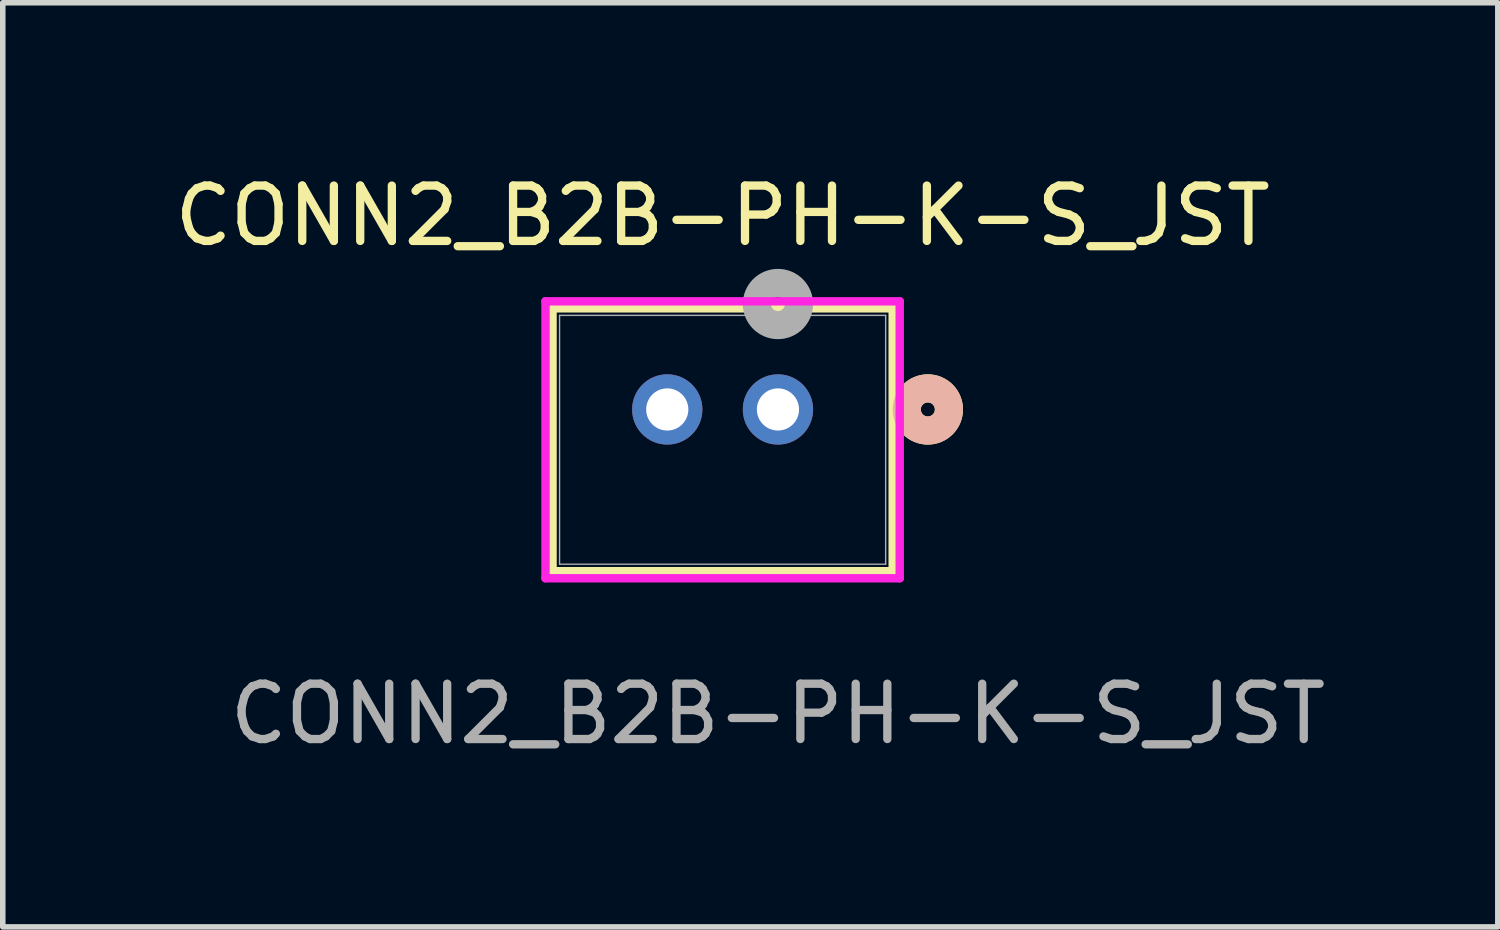
<source format=kicad_pcb>
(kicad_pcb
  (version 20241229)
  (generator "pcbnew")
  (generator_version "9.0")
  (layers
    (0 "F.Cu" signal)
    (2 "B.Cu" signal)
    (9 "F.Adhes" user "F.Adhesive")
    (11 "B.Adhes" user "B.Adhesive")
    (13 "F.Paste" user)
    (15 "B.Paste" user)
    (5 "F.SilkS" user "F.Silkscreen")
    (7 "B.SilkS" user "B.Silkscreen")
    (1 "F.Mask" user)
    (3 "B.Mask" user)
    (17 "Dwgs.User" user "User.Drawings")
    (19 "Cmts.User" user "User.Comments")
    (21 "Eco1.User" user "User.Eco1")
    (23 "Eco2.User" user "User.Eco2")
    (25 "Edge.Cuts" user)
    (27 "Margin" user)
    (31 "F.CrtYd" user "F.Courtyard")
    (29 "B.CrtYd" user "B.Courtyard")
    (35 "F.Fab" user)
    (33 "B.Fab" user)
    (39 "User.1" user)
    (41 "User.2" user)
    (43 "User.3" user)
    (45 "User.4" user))
  (footprint "CONN2_B2B-PH-K-S_JST"
    (layer "F.Cu")
    (at 11.006 4.348)
    (property "Reference" "CONN2_B2B-PH-K-S_JST" (at -1 -3.5 0) (unlocked yes) (layer "F.SilkS") (effects (font (size 1 1) (thickness 0.15))))
    (attr through_hole)
    (fp_line (start -4.073 -1.827) (end -4.073 2.923) (stroke (width 0.152) (type solid)) (layer "F.SilkS"))
    (fp_line (start -4.073 2.923) (end 2.073 2.923) (stroke (width 0.152) (type solid)) (layer "F.SilkS"))
    (fp_line (start 2.073 -1.827) (end -4.073 -1.827) (stroke (width 0.152) (type solid)) (layer "F.SilkS"))
    (fp_line (start 2.073 2.923) (end 2.073 -1.827) (stroke (width 0.152) (type solid)) (layer "F.SilkS"))
    (fp_circle (center 2.708 0) (end 3.089 0) (stroke (width 0.508) (type solid)) (fill no) (layer "F.SilkS"))
    (fp_circle (center 2.708 0) (end 3.089 0) (stroke (width 0.508) (type solid)) (fill no) (layer "B.SilkS"))
    (fp_line (start -4.2 -1.954) (end -4.2 3.05) (stroke (width 0.152) (type solid)) (layer "F.CrtYd"))
    (fp_line (start -4.2 3.05) (end 2.2 3.05) (stroke (width 0.152) (type solid)) (layer "F.CrtYd"))
    (fp_line (start 2.2 -1.954) (end -4.2 -1.954) (stroke (width 0.152) (type solid)) (layer "F.CrtYd"))
    (fp_line (start 2.2 3.05) (end 2.2 -1.954) (stroke (width 0.152) (type solid)) (layer "F.CrtYd"))
    (fp_line (start -3.946 -1.7) (end -3.946 2.796) (stroke (width 0.025) (type solid)) (layer "F.Fab"))
    (fp_line (start -3.946 2.796) (end 1.946 2.796) (stroke (width 0.025) (type solid)) (layer "F.Fab"))
    (fp_line (start 1.946 -1.7) (end -3.946 -1.7) (stroke (width 0.025) (type solid)) (layer "F.Fab"))
    (fp_line (start 1.946 2.796) (end 1.946 -1.7) (stroke (width 0.025) (type solid)) (layer "F.Fab"))
    (fp_circle (center 0 -1.905) (end 0.381 -1.905) (stroke (width 0.508) (type solid)) (fill no) (layer "F.Fab"))
    (fp_text user "${REFERENCE}" (at 0 5.5 0) (unlocked yes) (layer "F.Fab") (effects (font (size 1 1) (thickness 0.15))))
    (pad "1" thru_hole circle (at 0 0) (size 1.27 1.27) (drill 0.762) (layers "*.Cu" "*.Mask"))
    (pad "2" thru_hole circle (at -2 0) (size 1.27 1.27) (drill 0.762) (layers "*.Cu" "*.Mask")))
  (gr_rect
    (start -3 -3)
    (end 24.012 13.697)
    (stroke (width 0.1) (type default))
    (fill no)
    (layer "Edge.Cuts")))
</source>
